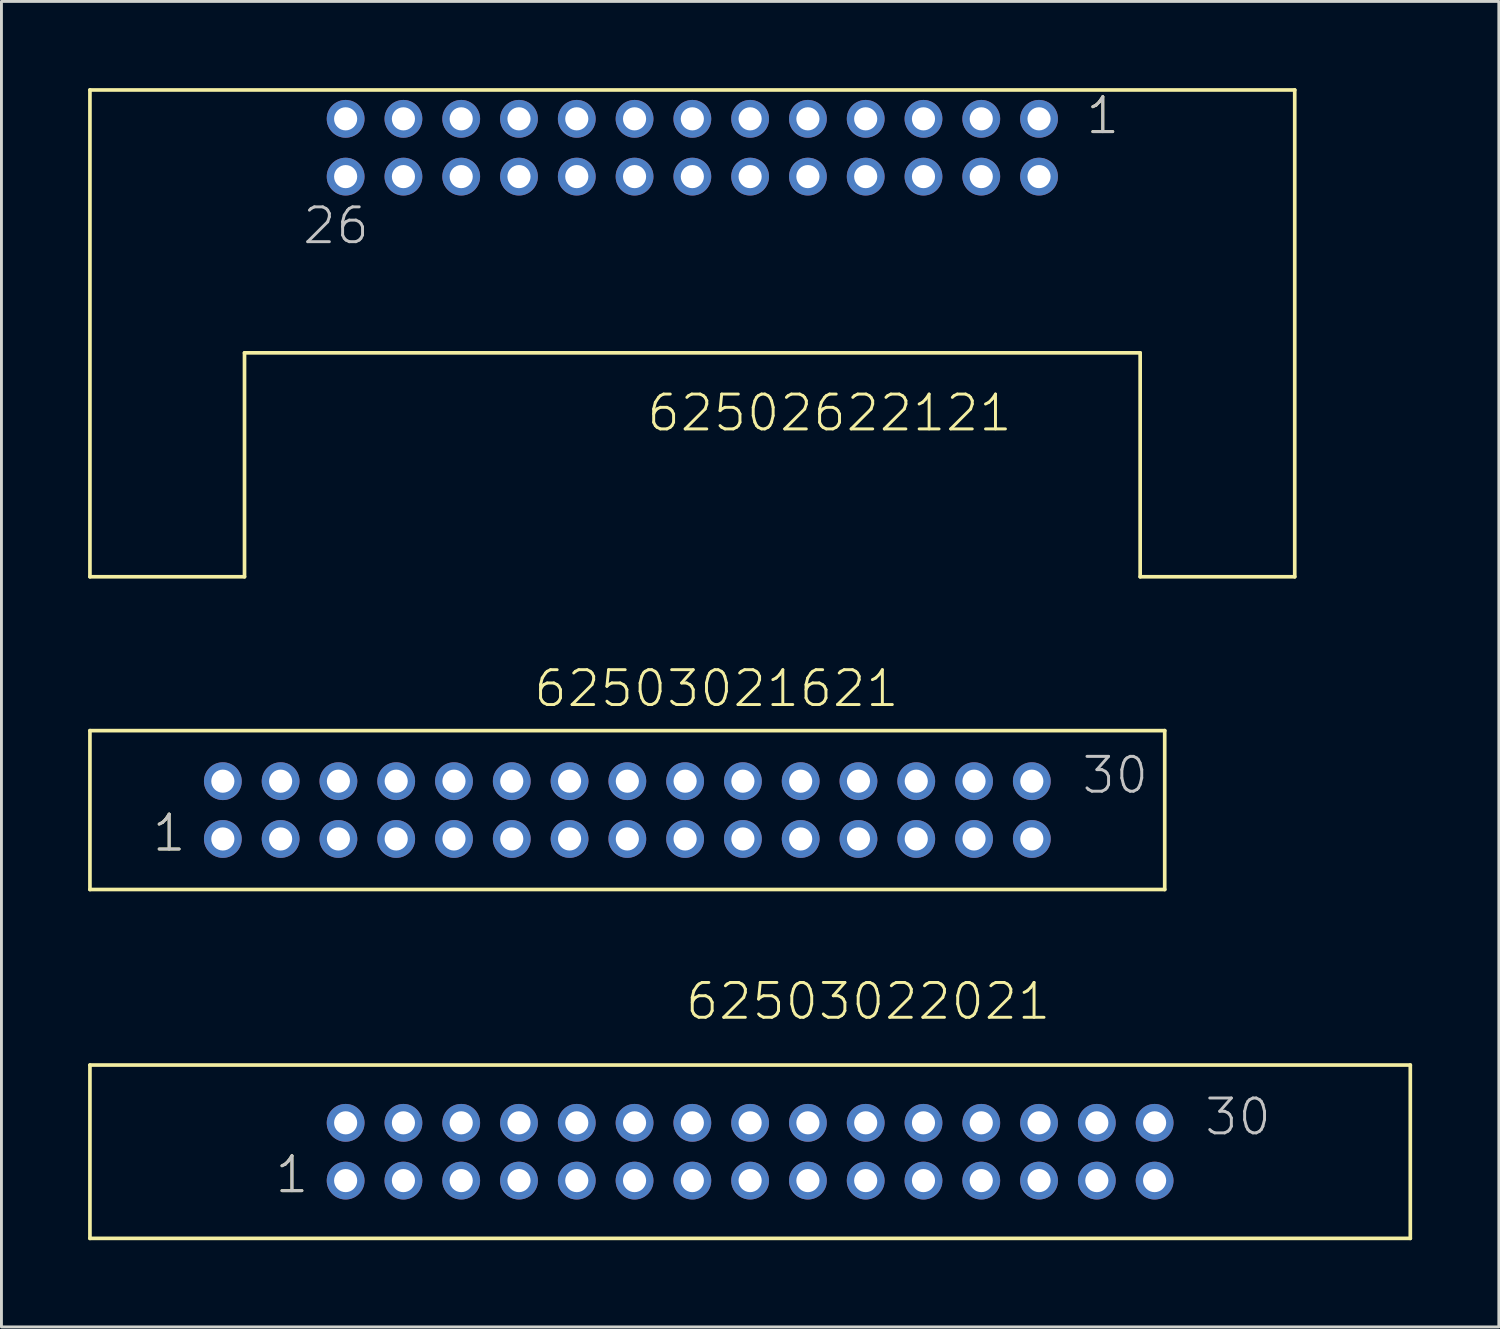
<source format=kicad_pcb>
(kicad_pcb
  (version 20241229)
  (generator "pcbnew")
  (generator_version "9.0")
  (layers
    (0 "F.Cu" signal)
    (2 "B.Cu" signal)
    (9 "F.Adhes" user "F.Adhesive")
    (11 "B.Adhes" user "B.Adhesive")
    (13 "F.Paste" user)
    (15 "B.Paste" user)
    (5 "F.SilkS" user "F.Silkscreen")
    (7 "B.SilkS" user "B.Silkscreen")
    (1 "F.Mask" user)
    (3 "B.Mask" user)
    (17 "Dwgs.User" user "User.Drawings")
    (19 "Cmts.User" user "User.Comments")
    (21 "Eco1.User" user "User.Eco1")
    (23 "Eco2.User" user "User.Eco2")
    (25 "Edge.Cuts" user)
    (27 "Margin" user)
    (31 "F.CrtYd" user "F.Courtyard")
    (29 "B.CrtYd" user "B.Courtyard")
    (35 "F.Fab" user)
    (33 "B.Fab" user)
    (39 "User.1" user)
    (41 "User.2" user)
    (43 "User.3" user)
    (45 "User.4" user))
  (footprint "62503021621"
    (layer "F.Cu")
    (at 18.663 24.988)
    (property "Reference" "62503021621" (at -3.3 -3.5 0) (layer "F.SilkS") (effects (font (size 1.206 1.206) (thickness 0.102)) (justify left bottom)))
    (attr through_hole)
    (fp_line (start -18.6 -2.75) (end -18.6 2.75) (stroke (width 0.127) (type solid)) (layer "F.SilkS"))
    (fp_line (start -18.6 2.75) (end 18.6 2.75) (stroke (width 0.127) (type solid)) (layer "F.SilkS"))
    (fp_line (start 18.6 -2.75) (end -18.6 -2.75) (stroke (width 0.127) (type solid)) (layer "F.SilkS"))
    (fp_line (start 18.6 2.75) (end 18.6 -2.75) (stroke (width 0.127) (type solid)) (layer "F.SilkS"))
    (fp_text user "1" (at -16.5 1.5 0) (layer "F.SilkS") (effects (font (size 1.206 1.206) (thickness 0.102)) (justify left bottom)))
    (fp_text user "1" (at -16.5 1.5 0) (layer "Dwgs.User") (effects (font (size 1.206 1.206) (thickness 0.102)) (justify left bottom)))
    (fp_text user "30" (at 15.67 -0.5 0) (layer "Dwgs.User") (effects (font (size 1.206 1.206) (thickness 0.102)) (justify left bottom)))
    (pad "1" thru_hole circle (at -14 1) (size 1.308 1.308) (drill 0.8) (layers "*.Cu" "*.Mask"))
    (pad "2" thru_hole circle (at -14 -1) (size 1.308 1.308) (drill 0.8) (layers "*.Cu" "*.Mask"))
    (pad "3" thru_hole circle (at -12 1) (size 1.308 1.308) (drill 0.8) (layers "*.Cu" "*.Mask"))
    (pad "4" thru_hole circle (at -12 -1) (size 1.308 1.308) (drill 0.8) (layers "*.Cu" "*.Mask"))
    (pad "5" thru_hole circle (at -10 1) (size 1.308 1.308) (drill 0.8) (layers "*.Cu" "*.Mask"))
    (pad "6" thru_hole circle (at -10 -1) (size 1.308 1.308) (drill 0.8) (layers "*.Cu" "*.Mask"))
    (pad "7" thru_hole circle (at -8 1) (size 1.308 1.308) (drill 0.8) (layers "*.Cu" "*.Mask"))
    (pad "8" thru_hole circle (at -8 -1) (size 1.308 1.308) (drill 0.8) (layers "*.Cu" "*.Mask"))
    (pad "9" thru_hole circle (at -6 1) (size 1.308 1.308) (drill 0.8) (layers "*.Cu" "*.Mask"))
    (pad "10" thru_hole circle (at -6 -1) (size 1.308 1.308) (drill 0.8) (layers "*.Cu" "*.Mask"))
    (pad "11" thru_hole circle (at -4 1) (size 1.308 1.308) (drill 0.8) (layers "*.Cu" "*.Mask"))
    (pad "12" thru_hole circle (at -4 -1) (size 1.308 1.308) (drill 0.8) (layers "*.Cu" "*.Mask"))
    (pad "13" thru_hole circle (at -2 1) (size 1.308 1.308) (drill 0.8) (layers "*.Cu" "*.Mask"))
    (pad "14" thru_hole circle (at -2 -1) (size 1.308 1.308) (drill 0.8) (layers "*.Cu" "*.Mask"))
    (pad "15" thru_hole circle (at 0 1) (size 1.308 1.308) (drill 0.8) (layers "*.Cu" "*.Mask"))
    (pad "16" thru_hole circle (at 0 -1) (size 1.308 1.308) (drill 0.8) (layers "*.Cu" "*.Mask"))
    (pad "17" thru_hole circle (at 2 1) (size 1.308 1.308) (drill 0.8) (layers "*.Cu" "*.Mask"))
    (pad "18" thru_hole circle (at 2 -1) (size 1.308 1.308) (drill 0.8) (layers "*.Cu" "*.Mask"))
    (pad "19" thru_hole circle (at 4 1) (size 1.308 1.308) (drill 0.8) (layers "*.Cu" "*.Mask"))
    (pad "20" thru_hole circle (at 4 -1) (size 1.308 1.308) (drill 0.8) (layers "*.Cu" "*.Mask"))
    (pad "21" thru_hole circle (at 6 1) (size 1.308 1.308) (drill 0.8) (layers "*.Cu" "*.Mask"))
    (pad "22" thru_hole circle (at 6 -1) (size 1.308 1.308) (drill 0.8) (layers "*.Cu" "*.Mask"))
    (pad "23" thru_hole circle (at 8 1) (size 1.308 1.308) (drill 0.8) (layers "*.Cu" "*.Mask"))
    (pad "24" thru_hole circle (at 8 -1) (size 1.308 1.308) (drill 0.8) (layers "*.Cu" "*.Mask"))
    (pad "25" thru_hole circle (at 10 1) (size 1.308 1.308) (drill 0.8) (layers "*.Cu" "*.Mask"))
    (pad "26" thru_hole circle (at 10 -1) (size 1.308 1.308) (drill 0.8) (layers "*.Cu" "*.Mask"))
    (pad "27" thru_hole circle (at 12 1) (size 1.308 1.308) (drill 0.8) (layers "*.Cu" "*.Mask"))
    (pad "28" thru_hole circle (at 12 -1) (size 1.308 1.308) (drill 0.8) (layers "*.Cu" "*.Mask"))
    (pad "29" thru_hole circle (at 14 1) (size 1.308 1.308) (drill 0.8) (layers "*.Cu" "*.Mask"))
    (pad "30" thru_hole circle (at 14 -1) (size 1.308 1.308) (drill 0.8) (layers "*.Cu" "*.Mask")))
  (footprint "62502622121"
    (layer "F.Cu")
    (at 20.913 2.063)
    (property "Reference" "62502622121" (at -1.635 9.885 0) (layer "F.SilkS") (effects (font (size 1.206 1.206) (thickness 0.102)) (justify left bottom)))
    (attr through_hole)
    (fp_line (start -20.85 -2) (end -20.85 14.85) (stroke (width 0.127) (type solid)) (layer "F.SilkS"))
    (fp_line (start -20.85 14.85) (end -15.5 14.85) (stroke (width 0.127) (type solid)) (layer "F.SilkS"))
    (fp_line (start -15.5 7.1) (end 15.5 7.1) (stroke (width 0.127) (type solid)) (layer "F.SilkS"))
    (fp_line (start -15.5 14.85) (end -15.5 7.1) (stroke (width 0.127) (type solid)) (layer "F.SilkS"))
    (fp_line (start 15.5 7.1) (end 15.5 14.85) (stroke (width 0.127) (type solid)) (layer "F.SilkS"))
    (fp_line (start 15.5 14.85) (end 20.85 14.85) (stroke (width 0.127) (type solid)) (layer "F.SilkS"))
    (fp_line (start 20.85 -2) (end -20.85 -2) (stroke (width 0.127) (type solid)) (layer "F.SilkS"))
    (fp_line (start 20.85 14.85) (end 20.85 -2) (stroke (width 0.127) (type solid)) (layer "F.SilkS"))
    (fp_text user "1" (at 13.565 -0.405 0) (layer "F.SilkS") (effects (font (size 1.206 1.206) (thickness 0.102)) (justify left bottom)))
    (fp_text user "1" (at 13.565 -0.405 0) (layer "Dwgs.User") (effects (font (size 1.206 1.206) (thickness 0.102)) (justify left bottom)))
    (fp_text user "26" (at -13.55 3.405 0) (layer "Dwgs.User") (effects (font (size 1.206 1.206) (thickness 0.102)) (justify left bottom)))
    (pad "1" thru_hole circle (at 12 -1) (size 1.308 1.308) (drill 0.8) (layers "*.Cu" "*.Mask"))
    (pad "2" thru_hole circle (at 12 1) (size 1.308 1.308) (drill 0.8) (layers "*.Cu" "*.Mask"))
    (pad "3" thru_hole circle (at 10 -1) (size 1.308 1.308) (drill 0.8) (layers "*.Cu" "*.Mask"))
    (pad "4" thru_hole circle (at 10 1) (size 1.308 1.308) (drill 0.8) (layers "*.Cu" "*.Mask"))
    (pad "5" thru_hole circle (at 8 -1) (size 1.308 1.308) (drill 0.8) (layers "*.Cu" "*.Mask"))
    (pad "6" thru_hole circle (at 8 1) (size 1.308 1.308) (drill 0.8) (layers "*.Cu" "*.Mask"))
    (pad "7" thru_hole circle (at 6 -1) (size 1.308 1.308) (drill 0.8) (layers "*.Cu" "*.Mask"))
    (pad "8" thru_hole circle (at 6 1) (size 1.308 1.308) (drill 0.8) (layers "*.Cu" "*.Mask"))
    (pad "9" thru_hole circle (at 4 -1) (size 1.308 1.308) (drill 0.8) (layers "*.Cu" "*.Mask"))
    (pad "10" thru_hole circle (at 4 1) (size 1.308 1.308) (drill 0.8) (layers "*.Cu" "*.Mask"))
    (pad "11" thru_hole circle (at 2 -1) (size 1.308 1.308) (drill 0.8) (layers "*.Cu" "*.Mask"))
    (pad "12" thru_hole circle (at 2 1) (size 1.308 1.308) (drill 0.8) (layers "*.Cu" "*.Mask"))
    (pad "13" thru_hole circle (at 0 -1) (size 1.308 1.308) (drill 0.8) (layers "*.Cu" "*.Mask"))
    (pad "14" thru_hole circle (at 0 1) (size 1.308 1.308) (drill 0.8) (layers "*.Cu" "*.Mask"))
    (pad "15" thru_hole circle (at -2 -1) (size 1.308 1.308) (drill 0.8) (layers "*.Cu" "*.Mask"))
    (pad "16" thru_hole circle (at -2 1) (size 1.308 1.308) (drill 0.8) (layers "*.Cu" "*.Mask"))
    (pad "17" thru_hole circle (at -4 -1) (size 1.308 1.308) (drill 0.8) (layers "*.Cu" "*.Mask"))
    (pad "18" thru_hole circle (at -4 1) (size 1.308 1.308) (drill 0.8) (layers "*.Cu" "*.Mask"))
    (pad "19" thru_hole circle (at -6 -1) (size 1.308 1.308) (drill 0.8) (layers "*.Cu" "*.Mask"))
    (pad "20" thru_hole circle (at -6 1) (size 1.308 1.308) (drill 0.8) (layers "*.Cu" "*.Mask"))
    (pad "21" thru_hole circle (at -8 -1) (size 1.308 1.308) (drill 0.8) (layers "*.Cu" "*.Mask"))
    (pad "22" thru_hole circle (at -8 1) (size 1.308 1.308) (drill 0.8) (layers "*.Cu" "*.Mask"))
    (pad "23" thru_hole circle (at -10 -1) (size 1.308 1.308) (drill 0.8) (layers "*.Cu" "*.Mask"))
    (pad "24" thru_hole circle (at -10 1) (size 1.308 1.308) (drill 0.8) (layers "*.Cu" "*.Mask"))
    (pad "25" thru_hole circle (at -12 -1) (size 1.308 1.308) (drill 0.8) (layers "*.Cu" "*.Mask"))
    (pad "26" thru_hole circle (at -12 1) (size 1.308 1.308) (drill 0.8) (layers "*.Cu" "*.Mask")))
  (footprint "62503022021"
    (layer "F.Cu")
    (at 23.913 36.813)
    (property "Reference" "62503022021" (at -3.3 -4.5 0) (layer "F.SilkS") (effects (font (size 1.206 1.206) (thickness 0.102)) (justify left bottom)))
    (attr through_hole)
    (fp_line (start -23.85 -3) (end -23.85 3) (stroke (width 0.127) (type solid)) (layer "F.SilkS"))
    (fp_line (start -23.85 3) (end 21.85 3) (stroke (width 0.127) (type solid)) (layer "F.SilkS"))
    (fp_line (start 21.85 -3) (end -23.85 -3) (stroke (width 0.127) (type solid)) (layer "F.SilkS"))
    (fp_line (start 21.85 3) (end 21.85 -3) (stroke (width 0.127) (type solid)) (layer "F.SilkS"))
    (fp_text user "1" (at -17.5 1.5 0) (layer "F.SilkS") (effects (font (size 1.206 1.206) (thickness 0.102)) (justify left bottom)))
    (fp_text user "1" (at -17.5 1.5 0) (layer "Dwgs.User") (effects (font (size 1.206 1.206) (thickness 0.102)) (justify left bottom)))
    (fp_text user "30" (at 14.67 -0.5 0) (layer "Dwgs.User") (effects (font (size 1.206 1.206) (thickness 0.102)) (justify left bottom)))
    (pad "1" thru_hole circle (at -15 1) (size 1.308 1.308) (drill 0.8) (layers "*.Cu" "*.Mask"))
    (pad "2" thru_hole circle (at -15 -1) (size 1.308 1.308) (drill 0.8) (layers "*.Cu" "*.Mask"))
    (pad "3" thru_hole circle (at -13 1) (size 1.308 1.308) (drill 0.8) (layers "*.Cu" "*.Mask"))
    (pad "4" thru_hole circle (at -13 -1) (size 1.308 1.308) (drill 0.8) (layers "*.Cu" "*.Mask"))
    (pad "5" thru_hole circle (at -11 1) (size 1.308 1.308) (drill 0.8) (layers "*.Cu" "*.Mask"))
    (pad "6" thru_hole circle (at -11 -1) (size 1.308 1.308) (drill 0.8) (layers "*.Cu" "*.Mask"))
    (pad "7" thru_hole circle (at -9 1) (size 1.308 1.308) (drill 0.8) (layers "*.Cu" "*.Mask"))
    (pad "8" thru_hole circle (at -9 -1) (size 1.308 1.308) (drill 0.8) (layers "*.Cu" "*.Mask"))
    (pad "9" thru_hole circle (at -7 1) (size 1.308 1.308) (drill 0.8) (layers "*.Cu" "*.Mask"))
    (pad "10" thru_hole circle (at -7 -1) (size 1.308 1.308) (drill 0.8) (layers "*.Cu" "*.Mask"))
    (pad "11" thru_hole circle (at -5 1) (size 1.308 1.308) (drill 0.8) (layers "*.Cu" "*.Mask"))
    (pad "12" thru_hole circle (at -5 -1) (size 1.308 1.308) (drill 0.8) (layers "*.Cu" "*.Mask"))
    (pad "13" thru_hole circle (at -3 1) (size 1.308 1.308) (drill 0.8) (layers "*.Cu" "*.Mask"))
    (pad "14" thru_hole circle (at -3 -1) (size 1.308 1.308) (drill 0.8) (layers "*.Cu" "*.Mask"))
    (pad "15" thru_hole circle (at -1 1) (size 1.308 1.308) (drill 0.8) (layers "*.Cu" "*.Mask"))
    (pad "16" thru_hole circle (at -1 -1) (size 1.308 1.308) (drill 0.8) (layers "*.Cu" "*.Mask"))
    (pad "17" thru_hole circle (at 1 1) (size 1.308 1.308) (drill 0.8) (layers "*.Cu" "*.Mask"))
    (pad "18" thru_hole circle (at 1 -1) (size 1.308 1.308) (drill 0.8) (layers "*.Cu" "*.Mask"))
    (pad "19" thru_hole circle (at 3 1) (size 1.308 1.308) (drill 0.8) (layers "*.Cu" "*.Mask"))
    (pad "20" thru_hole circle (at 3 -1) (size 1.308 1.308) (drill 0.8) (layers "*.Cu" "*.Mask"))
    (pad "21" thru_hole circle (at 5 1) (size 1.308 1.308) (drill 0.8) (layers "*.Cu" "*.Mask"))
    (pad "22" thru_hole circle (at 5 -1) (size 1.308 1.308) (drill 0.8) (layers "*.Cu" "*.Mask"))
    (pad "23" thru_hole circle (at 7 1) (size 1.308 1.308) (drill 0.8) (layers "*.Cu" "*.Mask"))
    (pad "24" thru_hole circle (at 7 -1) (size 1.308 1.308) (drill 0.8) (layers "*.Cu" "*.Mask"))
    (pad "25" thru_hole circle (at 9 1) (size 1.308 1.308) (drill 0.8) (layers "*.Cu" "*.Mask"))
    (pad "26" thru_hole circle (at 9 -1) (size 1.308 1.308) (drill 0.8) (layers "*.Cu" "*.Mask"))
    (pad "27" thru_hole circle (at 11 1) (size 1.308 1.308) (drill 0.8) (layers "*.Cu" "*.Mask"))
    (pad "28" thru_hole circle (at 11 -1) (size 1.308 1.308) (drill 0.8) (layers "*.Cu" "*.Mask"))
    (pad "29" thru_hole circle (at 13 1) (size 1.308 1.308) (drill 0.8) (layers "*.Cu" "*.Mask"))
    (pad "30" thru_hole circle (at 13 -1) (size 1.308 1.308) (drill 0.8) (layers "*.Cu" "*.Mask")))
  (gr_rect
    (start -3 -3)
    (end 48.827 42.877)
    (stroke (width 0.1) (type default))
    (fill no)
    (layer "Edge.Cuts")))
</source>
